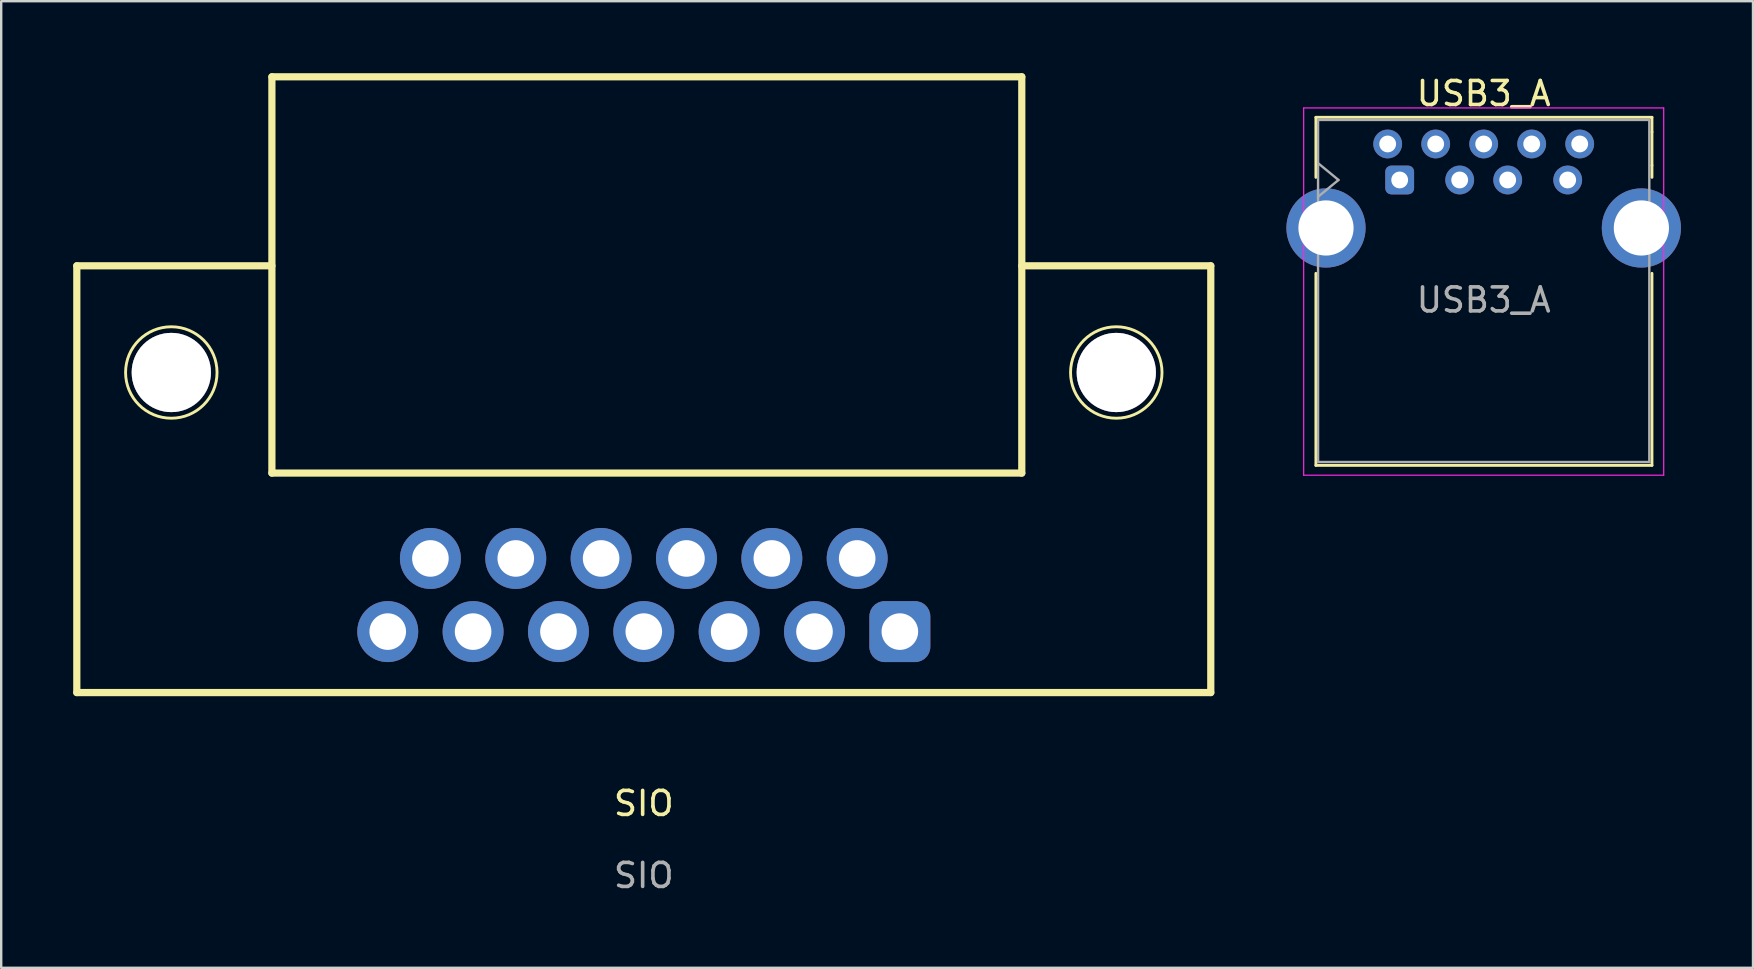
<source format=kicad_pcb>
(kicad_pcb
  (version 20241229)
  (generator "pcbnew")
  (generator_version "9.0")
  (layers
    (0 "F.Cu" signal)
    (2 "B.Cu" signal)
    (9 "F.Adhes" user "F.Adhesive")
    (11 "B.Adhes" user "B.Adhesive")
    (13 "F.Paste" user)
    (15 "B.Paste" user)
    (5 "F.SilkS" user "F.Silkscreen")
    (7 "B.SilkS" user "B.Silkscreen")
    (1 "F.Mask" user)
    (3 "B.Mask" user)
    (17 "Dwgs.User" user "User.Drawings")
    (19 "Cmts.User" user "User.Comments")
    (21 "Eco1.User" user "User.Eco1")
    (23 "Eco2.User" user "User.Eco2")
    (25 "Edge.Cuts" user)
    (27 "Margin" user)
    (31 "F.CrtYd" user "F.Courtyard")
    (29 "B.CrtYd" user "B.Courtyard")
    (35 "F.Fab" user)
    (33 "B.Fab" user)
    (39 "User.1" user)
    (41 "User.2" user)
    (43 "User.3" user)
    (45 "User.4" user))
  (footprint "USB3_A"
    (layer "F.Cu")
    (at 55.264 4.448)
    (property "Reference" "USB3_A" (at 3.5 -3.6 0) (layer "F.SilkS") (effects (font (size 1 1) (thickness 0.15))))
    (attr through_hole)
    (fp_line (start -3.49 -2.61) (end -3.49 -0.11) (stroke (width 0.12) (type default)) (layer "F.SilkS"))
    (fp_line (start -3.49 -2.61) (end 10.51 -2.61) (stroke (width 0.12) (type solid)) (layer "F.SilkS"))
    (fp_line (start -3.49 11.89) (end -3.49 3.89) (stroke (width 0.12) (type default)) (layer "F.SilkS"))
    (fp_line (start 10.51 -2.61) (end 10.51 -2) (stroke (width 0.12) (type solid)) (layer "F.SilkS"))
    (fp_line (start 10.51 -2) (end 10.51 -0.61) (stroke (width 0.12) (type default)) (layer "F.SilkS"))
    (fp_line (start 10.51 -0.61) (end 10.51 -0.11) (stroke (width 0.12) (type default)) (layer "F.SilkS"))
    (fp_line (start 10.51 11.89) (end -3.49 11.89) (stroke (width 0.12) (type default)) (layer "F.SilkS"))
    (fp_line (start 10.51 11.89) (end 10.51 3.89) (stroke (width 0.12) (type default)) (layer "F.SilkS"))
    (fp_line (start -4 -3) (end 11 -3) (stroke (width 0.05) (type solid)) (layer "F.CrtYd"))
    (fp_line (start -4 12.3) (end -4 -3) (stroke (width 0.05) (type solid)) (layer "F.CrtYd"))
    (fp_line (start 11 -3) (end 11 12.3) (stroke (width 0.05) (type solid)) (layer "F.CrtYd"))
    (fp_line (start 11 12.3) (end -4 12.3) (stroke (width 0.05) (type solid)) (layer "F.CrtYd"))
    (fp_line (start -3.4 -2.5) (end 10.4 -2.5) (stroke (width 0.1) (type solid)) (layer "F.Fab"))
    (fp_line (start -3.4 -0.7) (end -2.55 0) (stroke (width 0.1) (type default)) (layer "F.Fab"))
    (fp_line (start -3.4 0.7) (end -2.55 0) (stroke (width 0.1) (type default)) (layer "F.Fab"))
    (fp_line (start -3.4 11.75) (end -3.4 -2.5) (stroke (width 0.1) (type solid)) (layer "F.Fab"))
    (fp_line (start 10.4 -2.5) (end 10.4 11.75) (stroke (width 0.1) (type solid)) (layer "F.Fab"))
    (fp_line (start 10.4 11.75) (end -3.4 11.75) (stroke (width 0.1) (type solid)) (layer "F.Fab"))
    (fp_text user "${REFERENCE}" (at 3.5 5 0) (layer "F.Fab") (effects (font (size 1 1) (thickness 0.15))))
    (pad "1" thru_hole roundrect (at 0 0) (size 1.2 1.2) (drill 0.7) (layers "*.Cu" "*.Mask") (roundrect_rratio 0.208))
    (pad "2" thru_hole circle (at 2.5 0) (size 1.2 1.2) (drill 0.7) (layers "*.Cu" "*.Mask"))
    (pad "3" thru_hole circle (at 4.5 0) (size 1.2 1.2) (drill 0.7) (layers "*.Cu" "*.Mask"))
    (pad "4" thru_hole circle (at 7 0) (size 1.2 1.2) (drill 0.7) (layers "*.Cu" "*.Mask"))
    (pad "5" thru_hole circle (at 7.5 -1.5) (size 1.2 1.2) (drill 0.7) (layers "*.Cu" "*.Mask"))
    (pad "6" thru_hole circle (at 5.5 -1.5) (size 1.2 1.2) (drill 0.7) (layers "*.Cu" "*.Mask"))
    (pad "7" thru_hole circle (at 3.5 -1.5) (size 1.2 1.2) (drill 0.7) (layers "*.Cu" "*.Mask"))
    (pad "8" thru_hole circle (at 1.5 -1.5) (size 1.2 1.2) (drill 0.7) (layers "*.Cu" "*.Mask"))
    (pad "9" thru_hole circle (at -0.5 -1.5) (size 1.2 1.2) (drill 0.7) (layers "*.Cu" "*.Mask"))
    (pad "10" thru_hole circle (at -3.07 2) (size 3.3 3.3) (drill 2.3) (layers "*.Cu" "*.Mask"))
    (pad "10" thru_hole circle (at 10.07 2) (size 3.3 3.3) (drill 2.3) (layers "*.Cu" "*.Mask")))
  (footprint "SIO"
    (layer "F.Cu")
    (at 23.772 23.264)
    (property "Reference" "SIO" (at 0 7.16 0) (unlocked yes) (layer "F.SilkS") (effects (font (size 1 1) (thickness 0.15))))
    (attr through_hole)
    (fp_line (start -23.622 -15.24) (end -15.494 -15.24) (stroke (width 0.3) (type default)) (layer "F.SilkS"))
    (fp_line (start -23.622 2.54) (end -23.622 -15.24) (stroke (width 0.3) (type default)) (layer "F.SilkS"))
    (fp_line (start -23.622 2.54) (end 23.622 2.54) (stroke (width 0.3) (type default)) (layer "F.SilkS"))
    (fp_line (start -15.494 -23.114) (end -15.494 -6.604) (stroke (width 0.3) (type default)) (layer "F.SilkS"))
    (fp_line (start -15.494 -23.114) (end 15.748 -23.114) (stroke (width 0.3) (type default)) (layer "F.SilkS"))
    (fp_line (start -15.494 -6.604) (end 15.748 -6.604) (stroke (width 0.3) (type default)) (layer "F.SilkS"))
    (fp_line (start 15.748 -6.604) (end 15.748 -23.114) (stroke (width 0.3) (type default)) (layer "F.SilkS"))
    (fp_line (start 23.622 -15.24) (end 15.748 -15.24) (stroke (width 0.3) (type default)) (layer "F.SilkS"))
    (fp_line (start 23.622 2.54) (end 23.622 -15.24) (stroke (width 0.3) (type default)) (layer "F.SilkS"))
    (fp_circle (center -19.685 -10.795) (end -17.78 -10.795) (stroke (width 0.12) (type default)) (fill no) (layer "F.SilkS"))
    (fp_circle (center 19.685 -10.795) (end 21.59 -10.795) (stroke (width 0.12) (type default)) (fill no) (layer "F.SilkS"))
    (fp_text user "${REFERENCE}" (at 0 10.16 0) (unlocked yes) (layer "F.Fab") (effects (font (size 1 1) (thickness 0.15))))
    (pad "" thru_hole circle (at -19.685 -10.795) (size 3.302 3.302) (drill 3.302) (layers "*.Cu" "*.Mask"))
    (pad "" thru_hole circle (at 19.685 -10.795) (size 3.302 3.302) (drill 3.302) (layers "*.Cu" "*.Mask"))
    (pad "1" thru_hole roundrect (at 10.668 0) (size 2.54 2.54) (drill 1.524) (layers "*.Cu" "*.Mask") (roundrect_rratio 0.25))
    (pad "2" thru_hole circle (at 8.89 -3.048) (size 2.54 2.54) (drill 1.524) (layers "*.Cu" "*.Mask"))
    (pad "3" thru_hole circle (at 7.112 0) (size 2.54 2.54) (drill 1.524) (layers "*.Cu" "*.Mask"))
    (pad "4" thru_hole circle (at 5.334 -3.048) (size 2.54 2.54) (drill 1.524) (layers "*.Cu" "*.Mask"))
    (pad "5" thru_hole circle (at 3.556 0) (size 2.54 2.54) (drill 1.524) (layers "*.Cu" "*.Mask"))
    (pad "6" thru_hole circle (at 1.778 -3.048) (size 2.54 2.54) (drill 1.524) (layers "*.Cu" "*.Mask"))
    (pad "7" thru_hole circle (at 0 0) (size 2.54 2.54) (drill 1.524) (layers "*.Cu" "*.Mask"))
    (pad "8" thru_hole circle (at -1.778 -3.048) (size 2.54 2.54) (drill 1.524) (layers "*.Cu" "*.Mask"))
    (pad "9" thru_hole circle (at -3.556 0) (size 2.54 2.54) (drill 1.524) (layers "*.Cu" "*.Mask"))
    (pad "10" thru_hole circle (at -5.334 -3.048 90) (size 2.54 2.54) (drill 1.524) (layers "*.Cu" "*.Mask"))
    (pad "11" thru_hole circle (at -7.112 0) (size 2.54 2.54) (drill 1.524) (layers "*.Cu" "*.Mask"))
    (pad "12" thru_hole circle (at -8.89 -3.048) (size 2.54 2.54) (drill 1.524) (layers "*.Cu" "*.Mask"))
    (pad "13" thru_hole circle (at -10.668 0) (size 2.54 2.54) (drill 1.524) (layers "*.Cu" "*.Mask")))
  (gr_rect
    (start -3 -3)
    (end 69.984 37.272)
    (stroke (width 0.1) (type default))
    (fill no)
    (layer "Edge.Cuts")))
</source>
